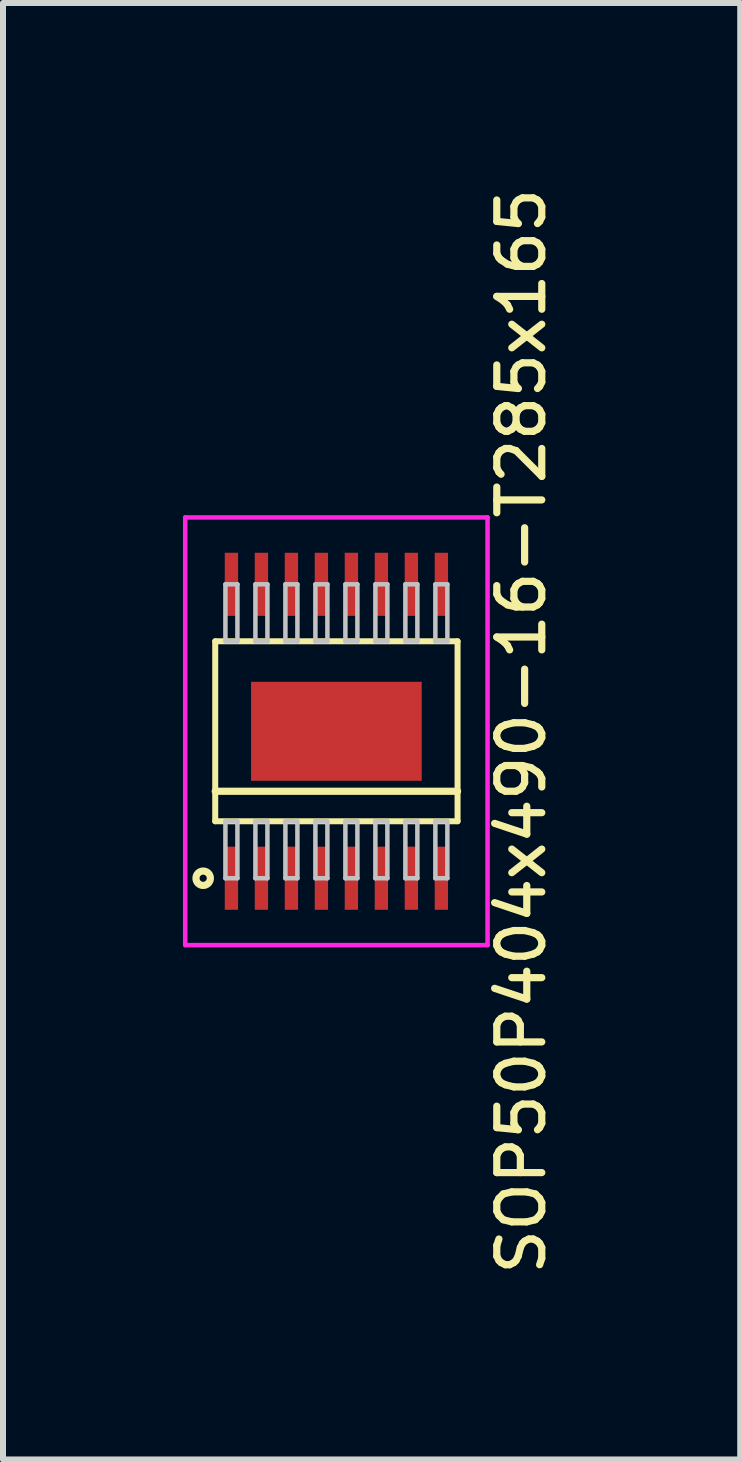
<source format=kicad_pcb>
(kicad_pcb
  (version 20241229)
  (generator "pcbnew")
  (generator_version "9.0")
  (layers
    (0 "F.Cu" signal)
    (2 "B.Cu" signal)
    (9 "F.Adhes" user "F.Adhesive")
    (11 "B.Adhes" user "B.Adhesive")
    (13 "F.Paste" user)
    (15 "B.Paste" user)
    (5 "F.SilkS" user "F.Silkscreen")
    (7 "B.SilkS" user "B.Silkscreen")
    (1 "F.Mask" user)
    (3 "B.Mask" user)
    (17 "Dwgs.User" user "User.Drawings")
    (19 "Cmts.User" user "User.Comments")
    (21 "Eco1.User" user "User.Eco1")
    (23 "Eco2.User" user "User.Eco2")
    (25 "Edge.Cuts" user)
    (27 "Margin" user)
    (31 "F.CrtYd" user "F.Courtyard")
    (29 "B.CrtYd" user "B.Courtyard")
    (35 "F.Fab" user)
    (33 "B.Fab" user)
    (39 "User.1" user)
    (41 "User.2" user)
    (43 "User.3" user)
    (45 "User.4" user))
  (footprint "SOP50P404x490-16-T285x165"
    (layer "F.Cu")
    (at 2.558 9.141)
    (property "Reference" "SOP50P404x490-16-T285x165" (at 3.083 0 90) (layer "F.SilkS") (effects (font (size 0.75 0.75) (thickness 0.12))))
    (attr through_hole)
    (fp_line (start -2.02 -1.5) (end -2.02 1.5) (stroke (width 0.1) (type solid)) (layer "F.SilkS"))
    (fp_line (start -2.02 1) (end 2.02 1) (stroke (width 0.12) (type solid)) (layer "F.SilkS"))
    (fp_line (start -2.02 1.5) (end 2.02 1.5) (stroke (width 0.1) (type solid)) (layer "F.SilkS"))
    (fp_line (start 2.02 -1.5) (end -2.02 -1.5) (stroke (width 0.1) (type solid)) (layer "F.SilkS"))
    (fp_line (start 2.02 1.5) (end 2.02 -1.5) (stroke (width 0.1) (type solid)) (layer "F.SilkS"))
    (fp_circle (center -2.221 2.45) (end -2.101 2.45) (stroke (width 0.12) (type solid)) (fill no) (layer "F.SilkS"))
    (fp_line (start -1.85 -2.45) (end -1.85 -1.5) (stroke (width 0.075) (type solid)) (layer "Dwgs.User"))
    (fp_line (start -1.85 -1.5) (end -1.65 -1.5) (stroke (width 0.075) (type solid)) (layer "Dwgs.User"))
    (fp_line (start -1.85 1.5) (end -1.65 1.5) (stroke (width 0.075) (type solid)) (layer "Dwgs.User"))
    (fp_line (start -1.85 2.45) (end -1.85 1.5) (stroke (width 0.075) (type solid)) (layer "Dwgs.User"))
    (fp_line (start -1.65 -2.45) (end -1.85 -2.45) (stroke (width 0.075) (type solid)) (layer "Dwgs.User"))
    (fp_line (start -1.65 -1.5) (end -1.65 -2.45) (stroke (width 0.075) (type solid)) (layer "Dwgs.User"))
    (fp_line (start -1.65 1.5) (end -1.65 2.45) (stroke (width 0.075) (type solid)) (layer "Dwgs.User"))
    (fp_line (start -1.65 2.45) (end -1.85 2.45) (stroke (width 0.075) (type solid)) (layer "Dwgs.User"))
    (fp_line (start -1.35 -2.45) (end -1.35 -1.5) (stroke (width 0.075) (type solid)) (layer "Dwgs.User"))
    (fp_line (start -1.35 -1.5) (end -1.15 -1.5) (stroke (width 0.075) (type solid)) (layer "Dwgs.User"))
    (fp_line (start -1.35 1.5) (end -1.15 1.5) (stroke (width 0.075) (type solid)) (layer "Dwgs.User"))
    (fp_line (start -1.35 2.45) (end -1.35 1.5) (stroke (width 0.075) (type solid)) (layer "Dwgs.User"))
    (fp_line (start -1.15 -2.45) (end -1.35 -2.45) (stroke (width 0.075) (type solid)) (layer "Dwgs.User"))
    (fp_line (start -1.15 -1.5) (end -1.15 -2.45) (stroke (width 0.075) (type solid)) (layer "Dwgs.User"))
    (fp_line (start -1.15 1.5) (end -1.15 2.45) (stroke (width 0.075) (type solid)) (layer "Dwgs.User"))
    (fp_line (start -1.15 2.45) (end -1.35 2.45) (stroke (width 0.075) (type solid)) (layer "Dwgs.User"))
    (fp_line (start -0.85 -2.45) (end -0.85 -1.5) (stroke (width 0.075) (type solid)) (layer "Dwgs.User"))
    (fp_line (start -0.85 -1.5) (end -0.65 -1.5) (stroke (width 0.075) (type solid)) (layer "Dwgs.User"))
    (fp_line (start -0.85 1.5) (end -0.65 1.5) (stroke (width 0.075) (type solid)) (layer "Dwgs.User"))
    (fp_line (start -0.85 2.45) (end -0.85 1.5) (stroke (width 0.075) (type solid)) (layer "Dwgs.User"))
    (fp_line (start -0.65 -2.45) (end -0.85 -2.45) (stroke (width 0.075) (type solid)) (layer "Dwgs.User"))
    (fp_line (start -0.65 -1.5) (end -0.65 -2.45) (stroke (width 0.075) (type solid)) (layer "Dwgs.User"))
    (fp_line (start -0.65 1.5) (end -0.65 2.45) (stroke (width 0.075) (type solid)) (layer "Dwgs.User"))
    (fp_line (start -0.65 2.45) (end -0.85 2.45) (stroke (width 0.075) (type solid)) (layer "Dwgs.User"))
    (fp_line (start -0.35 -2.45) (end -0.35 -1.5) (stroke (width 0.075) (type solid)) (layer "Dwgs.User"))
    (fp_line (start -0.35 -1.5) (end -0.15 -1.5) (stroke (width 0.075) (type solid)) (layer "Dwgs.User"))
    (fp_line (start -0.35 1.5) (end -0.15 1.5) (stroke (width 0.075) (type solid)) (layer "Dwgs.User"))
    (fp_line (start -0.35 2.45) (end -0.35 1.5) (stroke (width 0.075) (type solid)) (layer "Dwgs.User"))
    (fp_line (start -0.15 -2.45) (end -0.35 -2.45) (stroke (width 0.075) (type solid)) (layer "Dwgs.User"))
    (fp_line (start -0.15 -1.5) (end -0.15 -2.45) (stroke (width 0.075) (type solid)) (layer "Dwgs.User"))
    (fp_line (start -0.15 1.5) (end -0.15 2.45) (stroke (width 0.075) (type solid)) (layer "Dwgs.User"))
    (fp_line (start -0.15 2.45) (end -0.35 2.45) (stroke (width 0.075) (type solid)) (layer "Dwgs.User"))
    (fp_line (start 0.15 -2.45) (end 0.15 -1.5) (stroke (width 0.075) (type solid)) (layer "Dwgs.User"))
    (fp_line (start 0.15 -1.5) (end 0.35 -1.5) (stroke (width 0.075) (type solid)) (layer "Dwgs.User"))
    (fp_line (start 0.15 1.5) (end 0.35 1.5) (stroke (width 0.075) (type solid)) (layer "Dwgs.User"))
    (fp_line (start 0.15 2.45) (end 0.15 1.5) (stroke (width 0.075) (type solid)) (layer "Dwgs.User"))
    (fp_line (start 0.35 -2.45) (end 0.15 -2.45) (stroke (width 0.075) (type solid)) (layer "Dwgs.User"))
    (fp_line (start 0.35 -1.5) (end 0.35 -2.45) (stroke (width 0.075) (type solid)) (layer "Dwgs.User"))
    (fp_line (start 0.35 1.5) (end 0.35 2.45) (stroke (width 0.075) (type solid)) (layer "Dwgs.User"))
    (fp_line (start 0.35 2.45) (end 0.15 2.45) (stroke (width 0.075) (type solid)) (layer "Dwgs.User"))
    (fp_line (start 0.65 -2.45) (end 0.65 -1.5) (stroke (width 0.075) (type solid)) (layer "Dwgs.User"))
    (fp_line (start 0.65 -1.5) (end 0.85 -1.5) (stroke (width 0.075) (type solid)) (layer "Dwgs.User"))
    (fp_line (start 0.65 1.5) (end 0.85 1.5) (stroke (width 0.075) (type solid)) (layer "Dwgs.User"))
    (fp_line (start 0.65 2.45) (end 0.65 1.5) (stroke (width 0.075) (type solid)) (layer "Dwgs.User"))
    (fp_line (start 0.85 -2.45) (end 0.65 -2.45) (stroke (width 0.075) (type solid)) (layer "Dwgs.User"))
    (fp_line (start 0.85 -1.5) (end 0.85 -2.45) (stroke (width 0.075) (type solid)) (layer "Dwgs.User"))
    (fp_line (start 0.85 1.5) (end 0.85 2.45) (stroke (width 0.075) (type solid)) (layer "Dwgs.User"))
    (fp_line (start 0.85 2.45) (end 0.65 2.45) (stroke (width 0.075) (type solid)) (layer "Dwgs.User"))
    (fp_line (start 1.15 -2.45) (end 1.15 -1.5) (stroke (width 0.075) (type solid)) (layer "Dwgs.User"))
    (fp_line (start 1.15 -1.5) (end 1.35 -1.5) (stroke (width 0.075) (type solid)) (layer "Dwgs.User"))
    (fp_line (start 1.15 1.5) (end 1.35 1.5) (stroke (width 0.075) (type solid)) (layer "Dwgs.User"))
    (fp_line (start 1.15 2.45) (end 1.15 1.5) (stroke (width 0.075) (type solid)) (layer "Dwgs.User"))
    (fp_line (start 1.35 -2.45) (end 1.15 -2.45) (stroke (width 0.075) (type solid)) (layer "Dwgs.User"))
    (fp_line (start 1.35 -1.5) (end 1.35 -2.45) (stroke (width 0.075) (type solid)) (layer "Dwgs.User"))
    (fp_line (start 1.35 1.5) (end 1.35 2.45) (stroke (width 0.075) (type solid)) (layer "Dwgs.User"))
    (fp_line (start 1.35 2.45) (end 1.15 2.45) (stroke (width 0.075) (type solid)) (layer "Dwgs.User"))
    (fp_line (start 1.65 -2.45) (end 1.65 -1.5) (stroke (width 0.075) (type solid)) (layer "Dwgs.User"))
    (fp_line (start 1.65 -1.5) (end 1.85 -1.5) (stroke (width 0.075) (type solid)) (layer "Dwgs.User"))
    (fp_line (start 1.65 1.5) (end 1.85 1.5) (stroke (width 0.075) (type solid)) (layer "Dwgs.User"))
    (fp_line (start 1.65 2.45) (end 1.65 1.5) (stroke (width 0.075) (type solid)) (layer "Dwgs.User"))
    (fp_line (start 1.85 -2.45) (end 1.65 -2.45) (stroke (width 0.075) (type solid)) (layer "Dwgs.User"))
    (fp_line (start 1.85 -1.5) (end 1.85 -2.45) (stroke (width 0.075) (type solid)) (layer "Dwgs.User"))
    (fp_line (start 1.85 1.5) (end 1.85 2.45) (stroke (width 0.075) (type solid)) (layer "Dwgs.User"))
    (fp_line (start 1.85 2.45) (end 1.65 2.45) (stroke (width 0.075) (type solid)) (layer "Dwgs.User"))
    (fp_line (start -2.52 -3.565) (end -2.52 3.565) (stroke (width 0.075) (type solid)) (layer "F.CrtYd"))
    (fp_line (start -2.52 3.565) (end 2.52 3.565) (stroke (width 0.075) (type solid)) (layer "F.CrtYd"))
    (fp_line (start 2.52 -3.565) (end -2.52 -3.565) (stroke (width 0.075) (type solid)) (layer "F.CrtYd"))
    (fp_line (start 2.52 3.565) (end 2.52 -3.565) (stroke (width 0.075) (type solid)) (layer "F.CrtYd"))
    (pad "1" smd rect (at -1.75 2.45) (size 0.222 1.052) (layers "F.Cu" "F.Mask" "F.Paste"))
    (pad "2" smd rect (at -1.25 2.45) (size 0.222 1.052) (layers "F.Cu" "F.Mask" "F.Paste"))
    (pad "3" smd rect (at -0.75 2.45) (size 0.222 1.052) (layers "F.Cu" "F.Mask" "F.Paste"))
    (pad "4" smd rect (at -0.25 2.45) (size 0.222 1.052) (layers "F.Cu" "F.Mask" "F.Paste"))
    (pad "5" smd rect (at 0.25 2.45) (size 0.222 1.052) (layers "F.Cu" "F.Mask" "F.Paste"))
    (pad "6" smd rect (at 0.75 2.45) (size 0.222 1.052) (layers "F.Cu" "F.Mask" "F.Paste"))
    (pad "7" smd rect (at 1.25 2.45) (size 0.222 1.052) (layers "F.Cu" "F.Mask" "F.Paste"))
    (pad "8" smd rect (at 1.75 2.45) (size 0.222 1.052) (layers "F.Cu" "F.Mask" "F.Paste"))
    (pad "9" smd rect (at 1.75 -2.45) (size 0.222 1.052) (layers "F.Cu" "F.Mask" "F.Paste"))
    (pad "10" smd rect (at 1.25 -2.45) (size 0.222 1.052) (layers "F.Cu" "F.Mask" "F.Paste"))
    (pad "11" smd rect (at 0.75 -2.45) (size 0.222 1.052) (layers "F.Cu" "F.Mask" "F.Paste"))
    (pad "12" smd rect (at 0.25 -2.45) (size 0.222 1.052) (layers "F.Cu" "F.Mask" "F.Paste"))
    (pad "13" smd rect (at -0.25 -2.45) (size 0.222 1.052) (layers "F.Cu" "F.Mask" "F.Paste"))
    (pad "14" smd rect (at -0.75 -2.45) (size 0.222 1.052) (layers "F.Cu" "F.Mask" "F.Paste"))
    (pad "15" smd rect (at -1.25 -2.45) (size 0.222 1.052) (layers "F.Cu" "F.Mask" "F.Paste"))
    (pad "16" smd rect (at -1.75 -2.45) (size 0.222 1.052) (layers "F.Cu" "F.Mask" "F.Paste"))
    (pad "EP" smd rect (at 0 0) (size 2.845 1.65) (layers "F.Cu" "F.Mask" "F.Paste")))
  (gr_rect
    (start -3 -3)
    (end 9.29 21.281)
    (stroke (width 0.1) (type default))
    (fill no)
    (layer "Edge.Cuts")))
</source>
